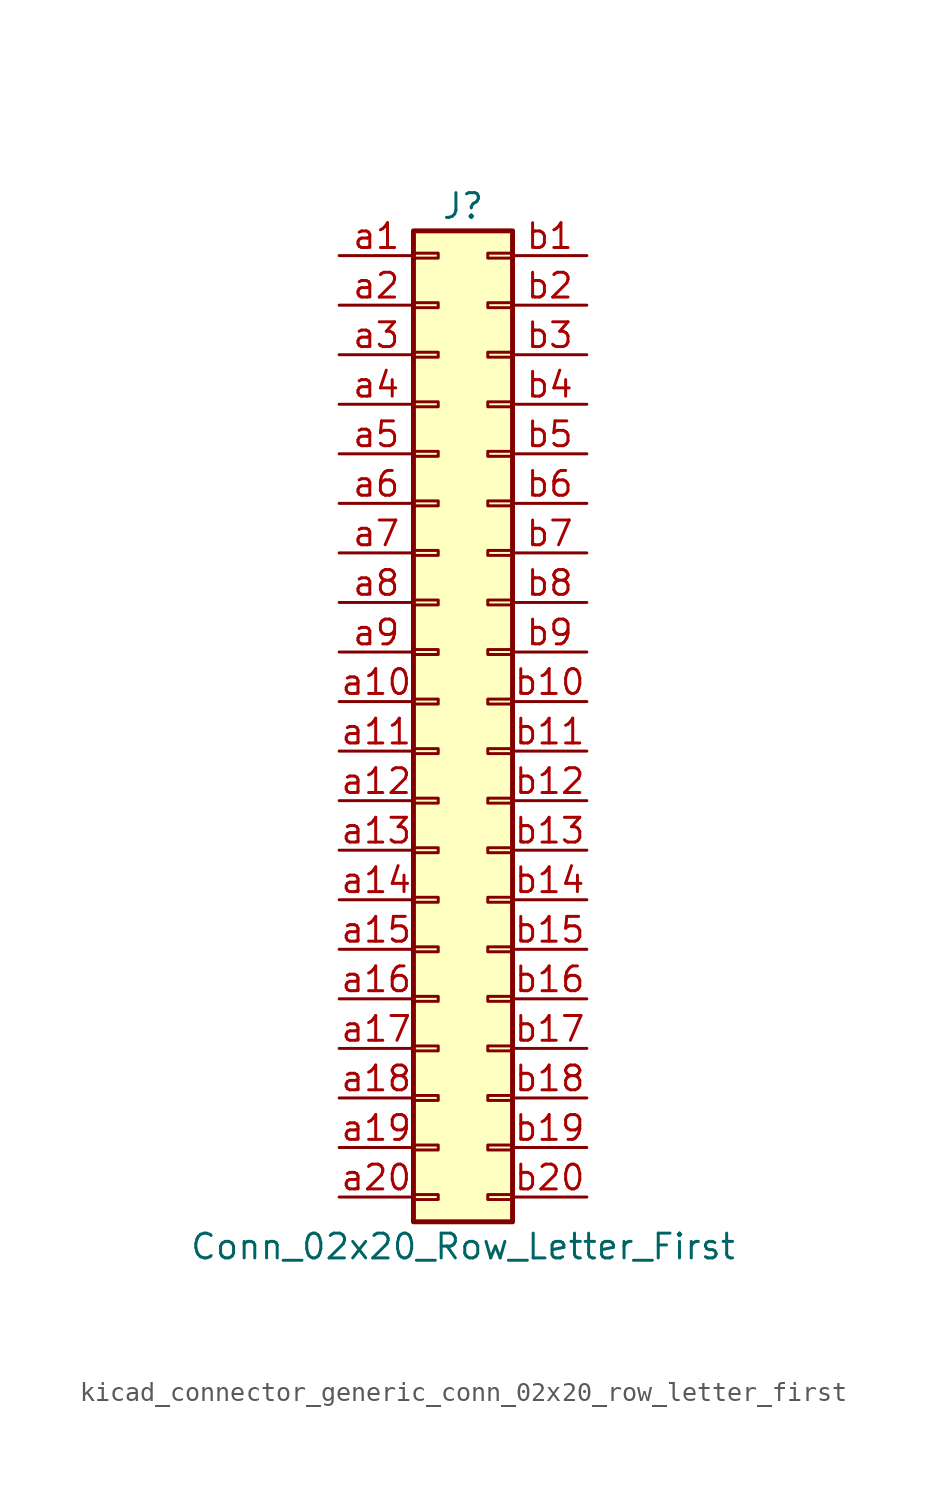
<source format=kicad_sym>
(kicad_symbol_lib
  (version 20220914)
  (generator kicad_symbol_editor)
  (symbol "kicad_connector_generic_conn_02x20_row_letter_first"
    (pin_names
      (offset 1.016) hide)
    (property "Reference" "J"
      (at 1.27 25.4 0)
      (effects (font (size 1.27 1.27))))
    (property "Value" "Conn_02x20_Row_Letter_First"
      (at 1.27 -27.94 0)
      (effects (font (size 1.27 1.27))))
    (symbol "kicad_connector_generic_conn_02x20_row_letter_first_1_1"
      (rectangle (start -1.27 -25.273) (end 0 -25.527) (stroke (width 0.152) (type default)) (fill (type none)))
      (rectangle (start -1.27 -22.733) (end 0 -22.987) (stroke (width 0.152) (type default)) (fill (type none)))
      (rectangle (start -1.27 -20.193) (end 0 -20.447) (stroke (width 0.152) (type default)) (fill (type none)))
      (rectangle (start -1.27 -17.653) (end 0 -17.907) (stroke (width 0.152) (type default)) (fill (type none)))
      (rectangle (start -1.27 -15.113) (end 0 -15.367) (stroke (width 0.152) (type default)) (fill (type none)))
      (rectangle (start -1.27 -12.573) (end 0 -12.827) (stroke (width 0.152) (type default)) (fill (type none)))
      (rectangle (start -1.27 -10.033) (end 0 -10.287) (stroke (width 0.152) (type default)) (fill (type none)))
      (rectangle (start -1.27 -7.493) (end 0 -7.747) (stroke (width 0.152) (type default)) (fill (type none)))
      (rectangle (start -1.27 -4.953) (end 0 -5.207) (stroke (width 0.152) (type default)) (fill (type none)))
      (rectangle (start -1.27 -2.413) (end 0 -2.667) (stroke (width 0.152) (type default)) (fill (type none)))
      (rectangle (start -1.27 0.127) (end 0 -0.127) (stroke (width 0.152) (type default)) (fill (type none)))
      (rectangle (start -1.27 2.667) (end 0 2.413) (stroke (width 0.152) (type default)) (fill (type none)))
      (rectangle (start -1.27 5.207) (end 0 4.953) (stroke (width 0.152) (type default)) (fill (type none)))
      (rectangle (start -1.27 7.747) (end 0 7.493) (stroke (width 0.152) (type default)) (fill (type none)))
      (rectangle (start -1.27 10.287) (end 0 10.033) (stroke (width 0.152) (type default)) (fill (type none)))
      (rectangle (start -1.27 12.827) (end 0 12.573) (stroke (width 0.152) (type default)) (fill (type none)))
      (rectangle (start -1.27 15.367) (end 0 15.113) (stroke (width 0.152) (type default)) (fill (type none)))
      (rectangle (start -1.27 17.907) (end 0 17.653) (stroke (width 0.152) (type default)) (fill (type none)))
      (rectangle (start -1.27 20.447) (end 0 20.193) (stroke (width 0.152) (type default)) (fill (type none)))
      (rectangle (start -1.27 22.987) (end 0 22.733) (stroke (width 0.152) (type default)) (fill (type none)))
      (rectangle (start -1.27 24.13) (end 3.81 -26.67) (stroke (width 0.254) (type default)) (fill (type background)))
      (rectangle (start 3.81 -25.273) (end 2.54 -25.527) (stroke (width 0.152) (type default)) (fill (type none)))
      (rectangle (start 3.81 -22.733) (end 2.54 -22.987) (stroke (width 0.152) (type default)) (fill (type none)))
      (rectangle (start 3.81 -20.193) (end 2.54 -20.447) (stroke (width 0.152) (type default)) (fill (type none)))
      (rectangle (start 3.81 -17.653) (end 2.54 -17.907) (stroke (width 0.152) (type default)) (fill (type none)))
      (rectangle (start 3.81 -15.113) (end 2.54 -15.367) (stroke (width 0.152) (type default)) (fill (type none)))
      (rectangle (start 3.81 -12.573) (end 2.54 -12.827) (stroke (width 0.152) (type default)) (fill (type none)))
      (rectangle (start 3.81 -10.033) (end 2.54 -10.287) (stroke (width 0.152) (type default)) (fill (type none)))
      (rectangle (start 3.81 -7.493) (end 2.54 -7.747) (stroke (width 0.152) (type default)) (fill (type none)))
      (rectangle (start 3.81 -4.953) (end 2.54 -5.207) (stroke (width 0.152) (type default)) (fill (type none)))
      (rectangle (start 3.81 -2.413) (end 2.54 -2.667) (stroke (width 0.152) (type default)) (fill (type none)))
      (rectangle (start 3.81 0.127) (end 2.54 -0.127) (stroke (width 0.152) (type default)) (fill (type none)))
      (rectangle (start 3.81 2.667) (end 2.54 2.413) (stroke (width 0.152) (type default)) (fill (type none)))
      (rectangle (start 3.81 5.207) (end 2.54 4.953) (stroke (width 0.152) (type default)) (fill (type none)))
      (rectangle (start 3.81 7.747) (end 2.54 7.493) (stroke (width 0.152) (type default)) (fill (type none)))
      (rectangle (start 3.81 10.287) (end 2.54 10.033) (stroke (width 0.152) (type default)) (fill (type none)))
      (rectangle (start 3.81 12.827) (end 2.54 12.573) (stroke (width 0.152) (type default)) (fill (type none)))
      (rectangle (start 3.81 15.367) (end 2.54 15.113) (stroke (width 0.152) (type default)) (fill (type none)))
      (rectangle (start 3.81 17.907) (end 2.54 17.653) (stroke (width 0.152) (type default)) (fill (type none)))
      (rectangle (start 3.81 20.447) (end 2.54 20.193) (stroke (width 0.152) (type default)) (fill (type none)))
      (rectangle (start 3.81 22.987) (end 2.54 22.733) (stroke (width 0.152) (type default)) (fill (type none)))
      (pin passive line (at -5.08 22.86 0) (length 3.81) (name "Pin_a1" (effects (font (size 1.27 1.27)))) (number "a1" (effects (font (size 1.27 1.27)))))
      (pin passive line (at -5.08 0 0) (length 3.81) (name "Pin_a10" (effects (font (size 1.27 1.27)))) (number "a10" (effects (font (size 1.27 1.27)))))
      (pin passive line (at -5.08 -2.54 0) (length 3.81) (name "Pin_a11" (effects (font (size 1.27 1.27)))) (number "a11" (effects (font (size 1.27 1.27)))))
      (pin passive line (at -5.08 -5.08 0) (length 3.81) (name "Pin_a12" (effects (font (size 1.27 1.27)))) (number "a12" (effects (font (size 1.27 1.27)))))
      (pin passive line (at -5.08 -7.62 0) (length 3.81) (name "Pin_a13" (effects (font (size 1.27 1.27)))) (number "a13" (effects (font (size 1.27 1.27)))))
      (pin passive line (at -5.08 -10.16 0) (length 3.81) (name "Pin_a14" (effects (font (size 1.27 1.27)))) (number "a14" (effects (font (size 1.27 1.27)))))
      (pin passive line (at -5.08 -12.7 0) (length 3.81) (name "Pin_a15" (effects (font (size 1.27 1.27)))) (number "a15" (effects (font (size 1.27 1.27)))))
      (pin passive line (at -5.08 -15.24 0) (length 3.81) (name "Pin_a16" (effects (font (size 1.27 1.27)))) (number "a16" (effects (font (size 1.27 1.27)))))
      (pin passive line (at -5.08 -17.78 0) (length 3.81) (name "Pin_a17" (effects (font (size 1.27 1.27)))) (number "a17" (effects (font (size 1.27 1.27)))))
      (pin passive line (at -5.08 -20.32 0) (length 3.81) (name "Pin_a18" (effects (font (size 1.27 1.27)))) (number "a18" (effects (font (size 1.27 1.27)))))
      (pin passive line (at -5.08 -22.86 0) (length 3.81) (name "Pin_a19" (effects (font (size 1.27 1.27)))) (number "a19" (effects (font (size 1.27 1.27)))))
      (pin passive line (at -5.08 20.32 0) (length 3.81) (name "Pin_a2" (effects (font (size 1.27 1.27)))) (number "a2" (effects (font (size 1.27 1.27)))))
      (pin passive line (at -5.08 -25.4 0) (length 3.81) (name "Pin_a20" (effects (font (size 1.27 1.27)))) (number "a20" (effects (font (size 1.27 1.27)))))
      (pin passive line (at -5.08 17.78 0) (length 3.81) (name "Pin_a3" (effects (font (size 1.27 1.27)))) (number "a3" (effects (font (size 1.27 1.27)))))
      (pin passive line (at -5.08 15.24 0) (length 3.81) (name "Pin_a4" (effects (font (size 1.27 1.27)))) (number "a4" (effects (font (size 1.27 1.27)))))
      (pin passive line (at -5.08 12.7 0) (length 3.81) (name "Pin_a5" (effects (font (size 1.27 1.27)))) (number "a5" (effects (font (size 1.27 1.27)))))
      (pin passive line (at -5.08 10.16 0) (length 3.81) (name "Pin_a6" (effects (font (size 1.27 1.27)))) (number "a6" (effects (font (size 1.27 1.27)))))
      (pin passive line (at -5.08 7.62 0) (length 3.81) (name "Pin_a7" (effects (font (size 1.27 1.27)))) (number "a7" (effects (font (size 1.27 1.27)))))
      (pin passive line (at -5.08 5.08 0) (length 3.81) (name "Pin_a8" (effects (font (size 1.27 1.27)))) (number "a8" (effects (font (size 1.27 1.27)))))
      (pin passive line (at -5.08 2.54 0) (length 3.81) (name "Pin_a9" (effects (font (size 1.27 1.27)))) (number "a9" (effects (font (size 1.27 1.27)))))
      (pin passive line (at 7.62 22.86 180) (length 3.81) (name "Pin_b1" (effects (font (size 1.27 1.27)))) (number "b1" (effects (font (size 1.27 1.27)))))
      (pin passive line (at 7.62 0 180) (length 3.81) (name "Pin_b10" (effects (font (size 1.27 1.27)))) (number "b10" (effects (font (size 1.27 1.27)))))
      (pin passive line (at 7.62 -2.54 180) (length 3.81) (name "Pin_b11" (effects (font (size 1.27 1.27)))) (number "b11" (effects (font (size 1.27 1.27)))))
      (pin passive line (at 7.62 -5.08 180) (length 3.81) (name "Pin_b12" (effects (font (size 1.27 1.27)))) (number "b12" (effects (font (size 1.27 1.27)))))
      (pin passive line (at 7.62 -7.62 180) (length 3.81) (name "Pin_b13" (effects (font (size 1.27 1.27)))) (number "b13" (effects (font (size 1.27 1.27)))))
      (pin passive line (at 7.62 -10.16 180) (length 3.81) (name "Pin_b14" (effects (font (size 1.27 1.27)))) (number "b14" (effects (font (size 1.27 1.27)))))
      (pin passive line (at 7.62 -12.7 180) (length 3.81) (name "Pin_b15" (effects (font (size 1.27 1.27)))) (number "b15" (effects (font (size 1.27 1.27)))))
      (pin passive line (at 7.62 -15.24 180) (length 3.81) (name "Pin_b16" (effects (font (size 1.27 1.27)))) (number "b16" (effects (font (size 1.27 1.27)))))
      (pin passive line (at 7.62 -17.78 180) (length 3.81) (name "Pin_b17" (effects (font (size 1.27 1.27)))) (number "b17" (effects (font (size 1.27 1.27)))))
      (pin passive line (at 7.62 -20.32 180) (length 3.81) (name "Pin_b18" (effects (font (size 1.27 1.27)))) (number "b18" (effects (font (size 1.27 1.27)))))
      (pin passive line (at 7.62 -22.86 180) (length 3.81) (name "Pin_b19" (effects (font (size 1.27 1.27)))) (number "b19" (effects (font (size 1.27 1.27)))))
      (pin passive line (at 7.62 20.32 180) (length 3.81) (name "Pin_b2" (effects (font (size 1.27 1.27)))) (number "b2" (effects (font (size 1.27 1.27)))))
      (pin passive line (at 7.62 -25.4 180) (length 3.81) (name "Pin_b20" (effects (font (size 1.27 1.27)))) (number "b20" (effects (font (size 1.27 1.27)))))
      (pin passive line (at 7.62 17.78 180) (length 3.81) (name "Pin_b3" (effects (font (size 1.27 1.27)))) (number "b3" (effects (font (size 1.27 1.27)))))
      (pin passive line (at 7.62 15.24 180) (length 3.81) (name "Pin_b4" (effects (font (size 1.27 1.27)))) (number "b4" (effects (font (size 1.27 1.27)))))
      (pin passive line (at 7.62 12.7 180) (length 3.81) (name "Pin_b5" (effects (font (size 1.27 1.27)))) (number "b5" (effects (font (size 1.27 1.27)))))
      (pin passive line (at 7.62 10.16 180) (length 3.81) (name "Pin_b6" (effects (font (size 1.27 1.27)))) (number "b6" (effects (font (size 1.27 1.27)))))
      (pin passive line (at 7.62 7.62 180) (length 3.81) (name "Pin_b7" (effects (font (size 1.27 1.27)))) (number "b7" (effects (font (size 1.27 1.27)))))
      (pin passive line (at 7.62 5.08 180) (length 3.81) (name "Pin_b8" (effects (font (size 1.27 1.27)))) (number "b8" (effects (font (size 1.27 1.27)))))
      (pin passive line (at 7.62 2.54 180) (length 3.81) (name "Pin_b9" (effects (font (size 1.27 1.27)))) (number "b9" (effects (font (size 1.27 1.27))))))))
</source>
